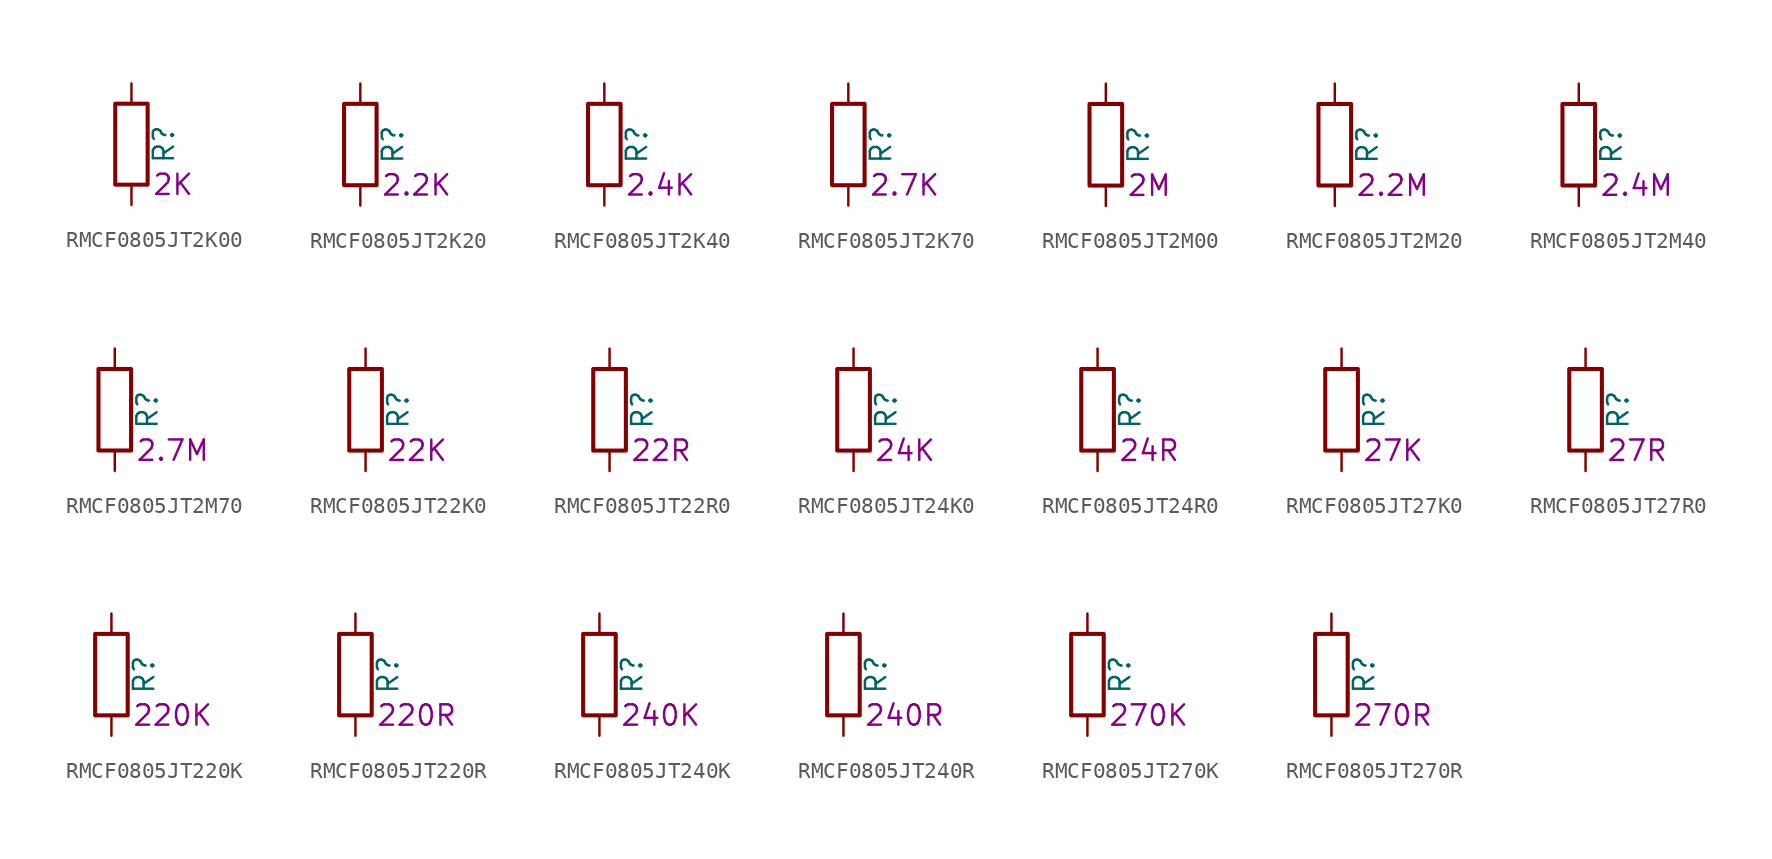
<source format=kicad_sym>
(kicad_symbol_lib
  (version 20220914)
  (generator kicad_symbol_editor)
  (symbol "RMCF0805JT2K00"
    (pin_numbers hide)
    (pin_names
      (offset 0))
    (property "Reference" "R"
      (at 2.032 0 90)
      (effects (font (size 1.27 1.27))))
    (property "Resistance" "2K"
      (at 1.27 -2.54 0)
      (effects (font (size 1.27 1.27)) (justify left)))
    (symbol "RMCF0805JT2K00_0_1"
      (rectangle (start -1.016 -2.54) (end 1.016 2.54) (stroke (width 0.254) (type default)) (fill (type none))))
    (symbol "RMCF0805JT2K00_1_1"
      (pin passive line (at 0 3.81 270) (length 1.27) (name "~" (effects (font (size 1.27 1.27)))) (number "1" (effects (font (size 1.27 1.27)))))
      (pin passive line (at 0 -3.81 90) (length 1.27) (name "~" (effects (font (size 1.27 1.27)))) (number "2" (effects (font (size 1.27 1.27)))))))
  (symbol "RMCF0805JT2K20"
    (pin_numbers hide)
    (pin_names
      (offset 0))
    (property "Reference" "R"
      (at 2.032 0 90)
      (effects (font (size 1.27 1.27))))
    (property "Resistance" "2.2K"
      (at 1.27 -2.54 0)
      (effects (font (size 1.27 1.27)) (justify left)))
    (symbol "RMCF0805JT2K20_0_1"
      (rectangle (start -1.016 -2.54) (end 1.016 2.54) (stroke (width 0.254) (type default)) (fill (type none))))
    (symbol "RMCF0805JT2K20_1_1"
      (pin passive line (at 0 3.81 270) (length 1.27) (name "~" (effects (font (size 1.27 1.27)))) (number "1" (effects (font (size 1.27 1.27)))))
      (pin passive line (at 0 -3.81 90) (length 1.27) (name "~" (effects (font (size 1.27 1.27)))) (number "2" (effects (font (size 1.27 1.27)))))))
  (symbol "RMCF0805JT2K40"
    (pin_numbers hide)
    (pin_names
      (offset 0))
    (property "Reference" "R"
      (at 2.032 0 90)
      (effects (font (size 1.27 1.27))))
    (property "Resistance" "2.4K"
      (at 1.27 -2.54 0)
      (effects (font (size 1.27 1.27)) (justify left)))
    (symbol "RMCF0805JT2K40_0_1"
      (rectangle (start -1.016 -2.54) (end 1.016 2.54) (stroke (width 0.254) (type default)) (fill (type none))))
    (symbol "RMCF0805JT2K40_1_1"
      (pin passive line (at 0 3.81 270) (length 1.27) (name "~" (effects (font (size 1.27 1.27)))) (number "1" (effects (font (size 1.27 1.27)))))
      (pin passive line (at 0 -3.81 90) (length 1.27) (name "~" (effects (font (size 1.27 1.27)))) (number "2" (effects (font (size 1.27 1.27)))))))
  (symbol "RMCF0805JT2K70"
    (pin_numbers hide)
    (pin_names
      (offset 0))
    (property "Reference" "R"
      (at 2.032 0 90)
      (effects (font (size 1.27 1.27))))
    (property "Resistance" "2.7K"
      (at 1.27 -2.54 0)
      (effects (font (size 1.27 1.27)) (justify left)))
    (symbol "RMCF0805JT2K70_0_1"
      (rectangle (start -1.016 -2.54) (end 1.016 2.54) (stroke (width 0.254) (type default)) (fill (type none))))
    (symbol "RMCF0805JT2K70_1_1"
      (pin passive line (at 0 3.81 270) (length 1.27) (name "~" (effects (font (size 1.27 1.27)))) (number "1" (effects (font (size 1.27 1.27)))))
      (pin passive line (at 0 -3.81 90) (length 1.27) (name "~" (effects (font (size 1.27 1.27)))) (number "2" (effects (font (size 1.27 1.27)))))))
  (symbol "RMCF0805JT2M00"
    (pin_numbers hide)
    (pin_names
      (offset 0))
    (property "Reference" "R"
      (at 2.032 0 90)
      (effects (font (size 1.27 1.27))))
    (property "Resistance" "2M"
      (at 1.27 -2.54 0)
      (effects (font (size 1.27 1.27)) (justify left)))
    (symbol "RMCF0805JT2M00_0_1"
      (rectangle (start -1.016 -2.54) (end 1.016 2.54) (stroke (width 0.254) (type default)) (fill (type none))))
    (symbol "RMCF0805JT2M00_1_1"
      (pin passive line (at 0 3.81 270) (length 1.27) (name "~" (effects (font (size 1.27 1.27)))) (number "1" (effects (font (size 1.27 1.27)))))
      (pin passive line (at 0 -3.81 90) (length 1.27) (name "~" (effects (font (size 1.27 1.27)))) (number "2" (effects (font (size 1.27 1.27)))))))
  (symbol "RMCF0805JT2M20"
    (pin_numbers hide)
    (pin_names
      (offset 0))
    (property "Reference" "R"
      (at 2.032 0 90)
      (effects (font (size 1.27 1.27))))
    (property "Resistance" "2.2M"
      (at 1.27 -2.54 0)
      (effects (font (size 1.27 1.27)) (justify left)))
    (symbol "RMCF0805JT2M20_0_1"
      (rectangle (start -1.016 -2.54) (end 1.016 2.54) (stroke (width 0.254) (type default)) (fill (type none))))
    (symbol "RMCF0805JT2M20_1_1"
      (pin passive line (at 0 3.81 270) (length 1.27) (name "~" (effects (font (size 1.27 1.27)))) (number "1" (effects (font (size 1.27 1.27)))))
      (pin passive line (at 0 -3.81 90) (length 1.27) (name "~" (effects (font (size 1.27 1.27)))) (number "2" (effects (font (size 1.27 1.27)))))))
  (symbol "RMCF0805JT2M40"
    (pin_numbers hide)
    (pin_names
      (offset 0))
    (property "Reference" "R"
      (at 2.032 0 90)
      (effects (font (size 1.27 1.27))))
    (property "Resistance" "2.4M"
      (at 1.27 -2.54 0)
      (effects (font (size 1.27 1.27)) (justify left)))
    (symbol "RMCF0805JT2M40_0_1"
      (rectangle (start -1.016 -2.54) (end 1.016 2.54) (stroke (width 0.254) (type default)) (fill (type none))))
    (symbol "RMCF0805JT2M40_1_1"
      (pin passive line (at 0 3.81 270) (length 1.27) (name "~" (effects (font (size 1.27 1.27)))) (number "1" (effects (font (size 1.27 1.27)))))
      (pin passive line (at 0 -3.81 90) (length 1.27) (name "~" (effects (font (size 1.27 1.27)))) (number "2" (effects (font (size 1.27 1.27)))))))
  (symbol "RMCF0805JT2M70"
    (pin_numbers hide)
    (pin_names
      (offset 0))
    (property "Reference" "R"
      (at 2.032 0 90)
      (effects (font (size 1.27 1.27))))
    (property "Resistance" "2.7M"
      (at 1.27 -2.54 0)
      (effects (font (size 1.27 1.27)) (justify left)))
    (symbol "RMCF0805JT2M70_0_1"
      (rectangle (start -1.016 -2.54) (end 1.016 2.54) (stroke (width 0.254) (type default)) (fill (type none))))
    (symbol "RMCF0805JT2M70_1_1"
      (pin passive line (at 0 3.81 270) (length 1.27) (name "~" (effects (font (size 1.27 1.27)))) (number "1" (effects (font (size 1.27 1.27)))))
      (pin passive line (at 0 -3.81 90) (length 1.27) (name "~" (effects (font (size 1.27 1.27)))) (number "2" (effects (font (size 1.27 1.27)))))))
  (symbol "RMCF0805JT22K0"
    (pin_numbers hide)
    (pin_names
      (offset 0))
    (property "Reference" "R"
      (at 2.032 0 90)
      (effects (font (size 1.27 1.27))))
    (property "Resistance" "22K"
      (at 1.27 -2.54 0)
      (effects (font (size 1.27 1.27)) (justify left)))
    (symbol "RMCF0805JT22K0_0_1"
      (rectangle (start -1.016 -2.54) (end 1.016 2.54) (stroke (width 0.254) (type default)) (fill (type none))))
    (symbol "RMCF0805JT22K0_1_1"
      (pin passive line (at 0 3.81 270) (length 1.27) (name "~" (effects (font (size 1.27 1.27)))) (number "1" (effects (font (size 1.27 1.27)))))
      (pin passive line (at 0 -3.81 90) (length 1.27) (name "~" (effects (font (size 1.27 1.27)))) (number "2" (effects (font (size 1.27 1.27)))))))
  (symbol "RMCF0805JT22R0"
    (pin_numbers hide)
    (pin_names
      (offset 0))
    (property "Reference" "R"
      (at 2.032 0 90)
      (effects (font (size 1.27 1.27))))
    (property "Resistance" "22R"
      (at 1.27 -2.54 0)
      (effects (font (size 1.27 1.27)) (justify left)))
    (symbol "RMCF0805JT22R0_0_1"
      (rectangle (start -1.016 -2.54) (end 1.016 2.54) (stroke (width 0.254) (type default)) (fill (type none))))
    (symbol "RMCF0805JT22R0_1_1"
      (pin passive line (at 0 3.81 270) (length 1.27) (name "~" (effects (font (size 1.27 1.27)))) (number "1" (effects (font (size 1.27 1.27)))))
      (pin passive line (at 0 -3.81 90) (length 1.27) (name "~" (effects (font (size 1.27 1.27)))) (number "2" (effects (font (size 1.27 1.27)))))))
  (symbol "RMCF0805JT24K0"
    (pin_numbers hide)
    (pin_names
      (offset 0))
    (property "Reference" "R"
      (at 2.032 0 90)
      (effects (font (size 1.27 1.27))))
    (property "Resistance" "24K"
      (at 1.27 -2.54 0)
      (effects (font (size 1.27 1.27)) (justify left)))
    (symbol "RMCF0805JT24K0_0_1"
      (rectangle (start -1.016 -2.54) (end 1.016 2.54) (stroke (width 0.254) (type default)) (fill (type none))))
    (symbol "RMCF0805JT24K0_1_1"
      (pin passive line (at 0 3.81 270) (length 1.27) (name "~" (effects (font (size 1.27 1.27)))) (number "1" (effects (font (size 1.27 1.27)))))
      (pin passive line (at 0 -3.81 90) (length 1.27) (name "~" (effects (font (size 1.27 1.27)))) (number "2" (effects (font (size 1.27 1.27)))))))
  (symbol "RMCF0805JT24R0"
    (pin_numbers hide)
    (pin_names
      (offset 0))
    (property "Reference" "R"
      (at 2.032 0 90)
      (effects (font (size 1.27 1.27))))
    (property "Resistance" "24R"
      (at 1.27 -2.54 0)
      (effects (font (size 1.27 1.27)) (justify left)))
    (symbol "RMCF0805JT24R0_0_1"
      (rectangle (start -1.016 -2.54) (end 1.016 2.54) (stroke (width 0.254) (type default)) (fill (type none))))
    (symbol "RMCF0805JT24R0_1_1"
      (pin passive line (at 0 3.81 270) (length 1.27) (name "~" (effects (font (size 1.27 1.27)))) (number "1" (effects (font (size 1.27 1.27)))))
      (pin passive line (at 0 -3.81 90) (length 1.27) (name "~" (effects (font (size 1.27 1.27)))) (number "2" (effects (font (size 1.27 1.27)))))))
  (symbol "RMCF0805JT27K0"
    (pin_numbers hide)
    (pin_names
      (offset 0))
    (property "Reference" "R"
      (at 2.032 0 90)
      (effects (font (size 1.27 1.27))))
    (property "Resistance" "27K"
      (at 1.27 -2.54 0)
      (effects (font (size 1.27 1.27)) (justify left)))
    (symbol "RMCF0805JT27K0_0_1"
      (rectangle (start -1.016 -2.54) (end 1.016 2.54) (stroke (width 0.254) (type default)) (fill (type none))))
    (symbol "RMCF0805JT27K0_1_1"
      (pin passive line (at 0 3.81 270) (length 1.27) (name "~" (effects (font (size 1.27 1.27)))) (number "1" (effects (font (size 1.27 1.27)))))
      (pin passive line (at 0 -3.81 90) (length 1.27) (name "~" (effects (font (size 1.27 1.27)))) (number "2" (effects (font (size 1.27 1.27)))))))
  (symbol "RMCF0805JT27R0"
    (pin_numbers hide)
    (pin_names
      (offset 0))
    (property "Reference" "R"
      (at 2.032 0 90)
      (effects (font (size 1.27 1.27))))
    (property "Resistance" "27R"
      (at 1.27 -2.54 0)
      (effects (font (size 1.27 1.27)) (justify left)))
    (symbol "RMCF0805JT27R0_0_1"
      (rectangle (start -1.016 -2.54) (end 1.016 2.54) (stroke (width 0.254) (type default)) (fill (type none))))
    (symbol "RMCF0805JT27R0_1_1"
      (pin passive line (at 0 3.81 270) (length 1.27) (name "~" (effects (font (size 1.27 1.27)))) (number "1" (effects (font (size 1.27 1.27)))))
      (pin passive line (at 0 -3.81 90) (length 1.27) (name "~" (effects (font (size 1.27 1.27)))) (number "2" (effects (font (size 1.27 1.27)))))))
  (symbol "RMCF0805JT220K"
    (pin_numbers hide)
    (pin_names
      (offset 0))
    (property "Reference" "R"
      (at 2.032 0 90)
      (effects (font (size 1.27 1.27))))
    (property "Resistance" "220K"
      (at 1.27 -2.54 0)
      (effects (font (size 1.27 1.27)) (justify left)))
    (symbol "RMCF0805JT220K_0_1"
      (rectangle (start -1.016 -2.54) (end 1.016 2.54) (stroke (width 0.254) (type default)) (fill (type none))))
    (symbol "RMCF0805JT220K_1_1"
      (pin passive line (at 0 3.81 270) (length 1.27) (name "~" (effects (font (size 1.27 1.27)))) (number "1" (effects (font (size 1.27 1.27)))))
      (pin passive line (at 0 -3.81 90) (length 1.27) (name "~" (effects (font (size 1.27 1.27)))) (number "2" (effects (font (size 1.27 1.27)))))))
  (symbol "RMCF0805JT220R"
    (pin_numbers hide)
    (pin_names
      (offset 0))
    (property "Reference" "R"
      (at 2.032 0 90)
      (effects (font (size 1.27 1.27))))
    (property "Resistance" "220R"
      (at 1.27 -2.54 0)
      (effects (font (size 1.27 1.27)) (justify left)))
    (symbol "RMCF0805JT220R_0_1"
      (rectangle (start -1.016 -2.54) (end 1.016 2.54) (stroke (width 0.254) (type default)) (fill (type none))))
    (symbol "RMCF0805JT220R_1_1"
      (pin passive line (at 0 3.81 270) (length 1.27) (name "~" (effects (font (size 1.27 1.27)))) (number "1" (effects (font (size 1.27 1.27)))))
      (pin passive line (at 0 -3.81 90) (length 1.27) (name "~" (effects (font (size 1.27 1.27)))) (number "2" (effects (font (size 1.27 1.27)))))))
  (symbol "RMCF0805JT240K"
    (pin_numbers hide)
    (pin_names
      (offset 0))
    (property "Reference" "R"
      (at 2.032 0 90)
      (effects (font (size 1.27 1.27))))
    (property "Resistance" "240K"
      (at 1.27 -2.54 0)
      (effects (font (size 1.27 1.27)) (justify left)))
    (symbol "RMCF0805JT240K_0_1"
      (rectangle (start -1.016 -2.54) (end 1.016 2.54) (stroke (width 0.254) (type default)) (fill (type none))))
    (symbol "RMCF0805JT240K_1_1"
      (pin passive line (at 0 3.81 270) (length 1.27) (name "~" (effects (font (size 1.27 1.27)))) (number "1" (effects (font (size 1.27 1.27)))))
      (pin passive line (at 0 -3.81 90) (length 1.27) (name "~" (effects (font (size 1.27 1.27)))) (number "2" (effects (font (size 1.27 1.27)))))))
  (symbol "RMCF0805JT240R"
    (pin_numbers hide)
    (pin_names
      (offset 0))
    (property "Reference" "R"
      (at 2.032 0 90)
      (effects (font (size 1.27 1.27))))
    (property "Resistance" "240R"
      (at 1.27 -2.54 0)
      (effects (font (size 1.27 1.27)) (justify left)))
    (symbol "RMCF0805JT240R_0_1"
      (rectangle (start -1.016 -2.54) (end 1.016 2.54) (stroke (width 0.254) (type default)) (fill (type none))))
    (symbol "RMCF0805JT240R_1_1"
      (pin passive line (at 0 3.81 270) (length 1.27) (name "~" (effects (font (size 1.27 1.27)))) (number "1" (effects (font (size 1.27 1.27)))))
      (pin passive line (at 0 -3.81 90) (length 1.27) (name "~" (effects (font (size 1.27 1.27)))) (number "2" (effects (font (size 1.27 1.27)))))))
  (symbol "RMCF0805JT270K"
    (pin_numbers hide)
    (pin_names
      (offset 0))
    (property "Reference" "R"
      (at 2.032 0 90)
      (effects (font (size 1.27 1.27))))
    (property "Resistance" "270K"
      (at 1.27 -2.54 0)
      (effects (font (size 1.27 1.27)) (justify left)))
    (symbol "RMCF0805JT270K_0_1"
      (rectangle (start -1.016 -2.54) (end 1.016 2.54) (stroke (width 0.254) (type default)) (fill (type none))))
    (symbol "RMCF0805JT270K_1_1"
      (pin passive line (at 0 3.81 270) (length 1.27) (name "~" (effects (font (size 1.27 1.27)))) (number "1" (effects (font (size 1.27 1.27)))))
      (pin passive line (at 0 -3.81 90) (length 1.27) (name "~" (effects (font (size 1.27 1.27)))) (number "2" (effects (font (size 1.27 1.27)))))))
  (symbol "RMCF0805JT270R"
    (pin_numbers hide)
    (pin_names
      (offset 0))
    (property "Reference" "R"
      (at 2.032 0 90)
      (effects (font (size 1.27 1.27))))
    (property "Resistance" "270R"
      (at 1.27 -2.54 0)
      (effects (font (size 1.27 1.27)) (justify left)))
    (symbol "RMCF0805JT270R_0_1"
      (rectangle (start -1.016 -2.54) (end 1.016 2.54) (stroke (width 0.254) (type default)) (fill (type none))))
    (symbol "RMCF0805JT270R_1_1"
      (pin passive line (at 0 3.81 270) (length 1.27) (name "~" (effects (font (size 1.27 1.27)))) (number "1" (effects (font (size 1.27 1.27)))))
      (pin passive line (at 0 -3.81 90) (length 1.27) (name "~" (effects (font (size 1.27 1.27)))) (number "2" (effects (font (size 1.27 1.27))))))))
</source>
